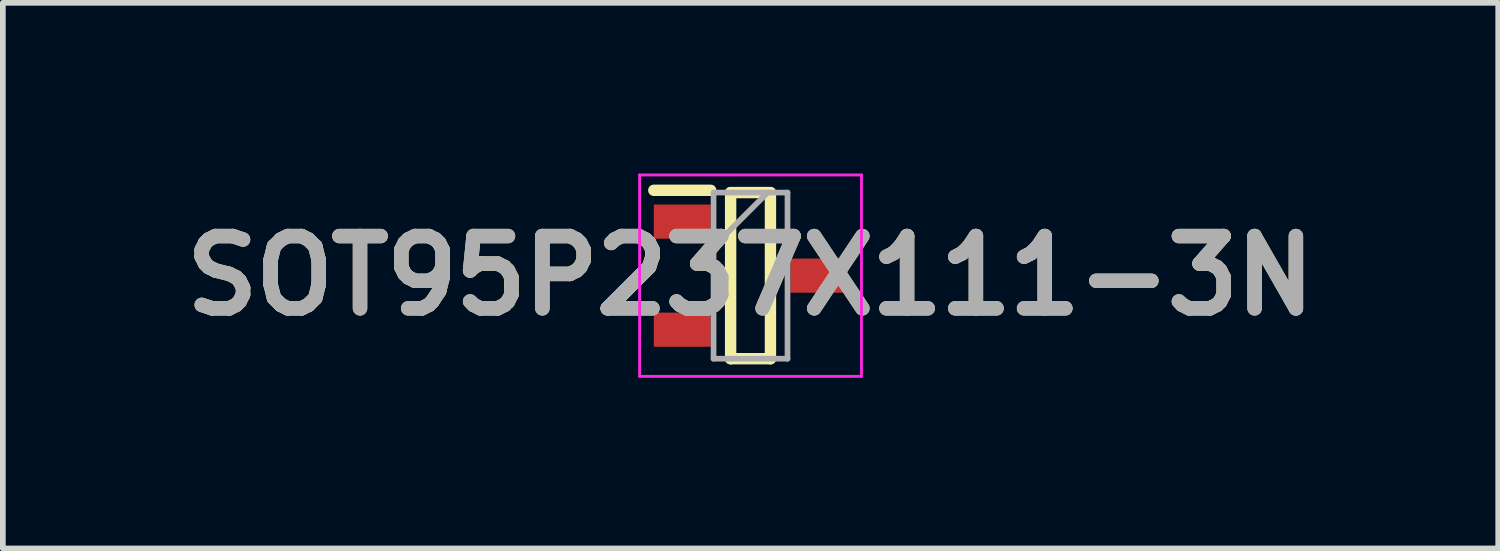
<source format=kicad_pcb>
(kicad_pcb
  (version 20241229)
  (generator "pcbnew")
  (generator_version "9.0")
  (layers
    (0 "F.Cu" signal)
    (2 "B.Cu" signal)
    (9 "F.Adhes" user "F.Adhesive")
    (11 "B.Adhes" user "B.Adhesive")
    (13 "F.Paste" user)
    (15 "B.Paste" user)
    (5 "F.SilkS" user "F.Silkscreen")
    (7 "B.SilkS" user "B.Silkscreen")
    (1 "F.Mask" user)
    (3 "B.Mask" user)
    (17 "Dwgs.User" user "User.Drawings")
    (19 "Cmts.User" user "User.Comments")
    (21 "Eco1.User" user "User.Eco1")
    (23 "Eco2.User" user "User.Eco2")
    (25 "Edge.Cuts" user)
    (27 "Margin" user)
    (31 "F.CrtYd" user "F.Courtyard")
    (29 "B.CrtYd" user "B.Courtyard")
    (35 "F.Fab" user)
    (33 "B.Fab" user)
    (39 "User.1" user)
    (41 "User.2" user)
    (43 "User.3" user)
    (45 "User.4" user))
  (footprint "SOT95P237X111-3N"
    (layer "F.Cu")
    (at 10.142 1.795)
    (property "Reference" "SOT95P237X111-3N" (at 0 0 0) (layer "F.SilkS") (effects (font (size 1.27 1.27) (thickness 0.254))))
    (attr smd)
    (fp_line (start -1.7 -1.5) (end -0.7 -1.5) (stroke (width 0.2) (type solid)) (layer "F.SilkS"))
    (fp_line (start -0.35 -1.46) (end 0.35 -1.46) (stroke (width 0.2) (type solid)) (layer "F.SilkS"))
    (fp_line (start -0.35 1.46) (end -0.35 -1.46) (stroke (width 0.2) (type solid)) (layer "F.SilkS"))
    (fp_line (start 0.35 -1.46) (end 0.35 1.46) (stroke (width 0.2) (type solid)) (layer "F.SilkS"))
    (fp_line (start 0.35 1.46) (end -0.35 1.46) (stroke (width 0.2) (type solid)) (layer "F.SilkS"))
    (fp_line (start -1.95 -1.77) (end 1.95 -1.77) (stroke (width 0.05) (type solid)) (layer "F.CrtYd"))
    (fp_line (start -1.95 1.77) (end -1.95 -1.77) (stroke (width 0.05) (type solid)) (layer "F.CrtYd"))
    (fp_line (start 1.95 -1.77) (end 1.95 1.77) (stroke (width 0.05) (type solid)) (layer "F.CrtYd"))
    (fp_line (start 1.95 1.77) (end -1.95 1.77) (stroke (width 0.05) (type solid)) (layer "F.CrtYd"))
    (fp_line (start -0.65 -1.46) (end 0.65 -1.46) (stroke (width 0.1) (type solid)) (layer "F.Fab"))
    (fp_line (start -0.65 -0.51) (end 0.3 -1.46) (stroke (width 0.1) (type solid)) (layer "F.Fab"))
    (fp_line (start -0.65 1.46) (end -0.65 -1.46) (stroke (width 0.1) (type solid)) (layer "F.Fab"))
    (fp_line (start 0.65 -1.46) (end 0.65 1.46) (stroke (width 0.1) (type solid)) (layer "F.Fab"))
    (fp_line (start 0.65 1.46) (end -0.65 1.46) (stroke (width 0.1) (type solid)) (layer "F.Fab"))
    (fp_text user "${REFERENCE}" (at 0 0 0) (layer "F.Fab") (effects (font (size 1.27 1.27) (thickness 0.254))))
    (pad "1" smd rect (at -1.2 -0.95 90) (size 0.6 1) (layers "F.Cu" "F.Mask" "F.Paste"))
    (pad "2" smd rect (at -1.2 0.95 90) (size 0.6 1) (layers "F.Cu" "F.Mask" "F.Paste"))
    (pad "3" smd rect (at 1.2 0 90) (size 0.6 1) (layers "F.Cu" "F.Mask" "F.Paste")))
  (gr_rect
    (start -3 -3)
    (end 23.284 6.59)
    (stroke (width 0.1) (type default))
    (fill no)
    (layer "Edge.Cuts")))
</source>
